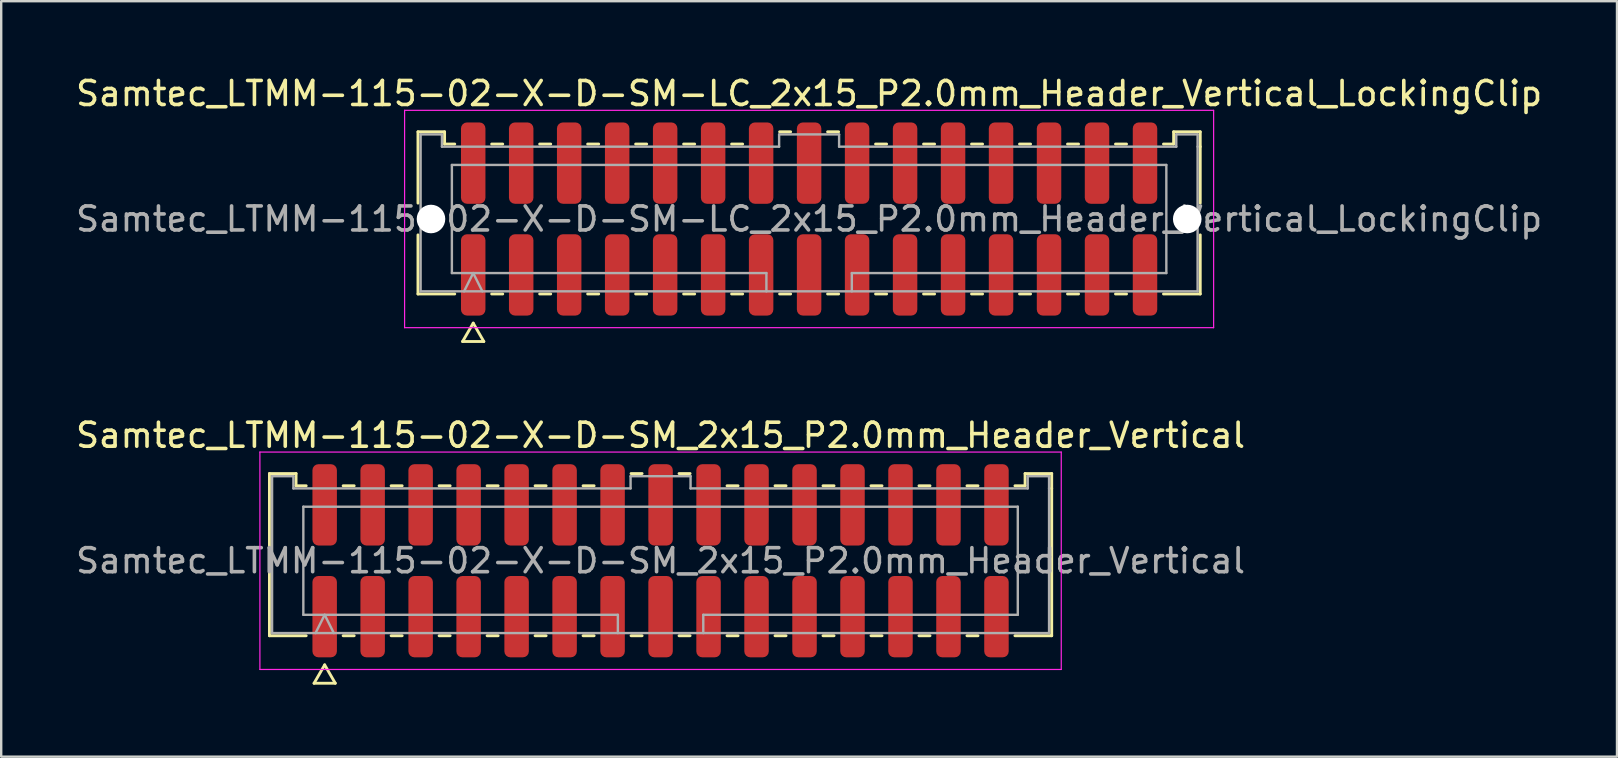
<source format=kicad_pcb>
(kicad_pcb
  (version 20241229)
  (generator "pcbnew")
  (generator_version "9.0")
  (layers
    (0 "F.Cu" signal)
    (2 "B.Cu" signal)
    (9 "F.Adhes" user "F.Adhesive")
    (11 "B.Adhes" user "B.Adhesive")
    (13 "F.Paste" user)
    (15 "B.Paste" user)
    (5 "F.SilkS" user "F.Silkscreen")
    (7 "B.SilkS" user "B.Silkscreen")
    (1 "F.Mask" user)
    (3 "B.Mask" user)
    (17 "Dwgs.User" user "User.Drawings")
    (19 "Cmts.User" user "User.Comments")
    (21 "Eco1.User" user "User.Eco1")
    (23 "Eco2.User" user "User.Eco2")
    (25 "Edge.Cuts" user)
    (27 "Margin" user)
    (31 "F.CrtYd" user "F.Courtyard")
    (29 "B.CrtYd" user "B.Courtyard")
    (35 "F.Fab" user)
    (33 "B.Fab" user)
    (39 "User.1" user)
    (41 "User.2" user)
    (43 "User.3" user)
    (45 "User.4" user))
  (footprint "Samtec_LTMM-115-02-X-D-SM-LC_2x15_P2.0mm_Header_Vertical_LockingClip"
    (layer "F.Cu")
    (at 30.673 6.078)
    (property "Reference" "Samtec_LTMM-115-02-X-D-SM-LC_2x15_P2.0mm_Header_Vertical_LockingClip" (at 0 -5.23 0) (layer "F.SilkS") (effects (font (size 1 1) (thickness 0.15))))
    (attr smd)
    (fp_line (start -16.302 -3.635) (end -15.193 -3.635) (stroke (width 0.12) (type solid)) (layer "F.SilkS"))
    (fp_line (start -16.302 -0.662) (end -16.302 -3.635) (stroke (width 0.12) (type solid)) (layer "F.SilkS"))
    (fp_line (start -16.302 3.125) (end -16.302 0.662) (stroke (width 0.12) (type solid)) (layer "F.SilkS"))
    (fp_line (start -15.193 -3.635) (end -15.193 -3.125) (stroke (width 0.12) (type solid)) (layer "F.SilkS"))
    (fp_line (start -15.193 -3.125) (end -14.77 -3.125) (stroke (width 0.12) (type solid)) (layer "F.SilkS"))
    (fp_line (start -14.77 3.125) (end -16.302 3.125) (stroke (width 0.12) (type solid)) (layer "F.SilkS"))
    (fp_line (start -14.442 5.105) (end -14 4.34) (stroke (width 0.12) (type solid)) (layer "F.SilkS"))
    (fp_line (start -14 4.34) (end -13.558 5.105) (stroke (width 0.12) (type solid)) (layer "F.SilkS"))
    (fp_line (start -13.558 5.105) (end -14.442 5.105) (stroke (width 0.12) (type solid)) (layer "F.SilkS"))
    (fp_line (start -13.23 -3.125) (end -12.77 -3.125) (stroke (width 0.12) (type solid)) (layer "F.SilkS"))
    (fp_line (start -12.77 3.125) (end -13.23 3.125) (stroke (width 0.12) (type solid)) (layer "F.SilkS"))
    (fp_line (start -11.23 -3.125) (end -10.77 -3.125) (stroke (width 0.12) (type solid)) (layer "F.SilkS"))
    (fp_line (start -10.77 3.125) (end -11.23 3.125) (stroke (width 0.12) (type solid)) (layer "F.SilkS"))
    (fp_line (start -9.23 -3.125) (end -8.77 -3.125) (stroke (width 0.12) (type solid)) (layer "F.SilkS"))
    (fp_line (start -8.77 3.125) (end -9.23 3.125) (stroke (width 0.12) (type solid)) (layer "F.SilkS"))
    (fp_line (start -7.23 -3.125) (end -6.77 -3.125) (stroke (width 0.12) (type solid)) (layer "F.SilkS"))
    (fp_line (start -6.77 3.125) (end -7.23 3.125) (stroke (width 0.12) (type solid)) (layer "F.SilkS"))
    (fp_line (start -5.23 -3.125) (end -4.77 -3.125) (stroke (width 0.12) (type solid)) (layer "F.SilkS"))
    (fp_line (start -4.77 3.125) (end -5.23 3.125) (stroke (width 0.12) (type solid)) (layer "F.SilkS"))
    (fp_line (start -3.23 -3.125) (end -2.77 -3.125) (stroke (width 0.12) (type solid)) (layer "F.SilkS"))
    (fp_line (start -2.77 3.125) (end -3.23 3.125) (stroke (width 0.12) (type solid)) (layer "F.SilkS"))
    (fp_line (start -1.23 -3.635) (end -0.77 -3.635) (stroke (width 0.12) (type solid)) (layer "F.SilkS"))
    (fp_line (start -0.77 3.125) (end -1.23 3.125) (stroke (width 0.12) (type solid)) (layer "F.SilkS"))
    (fp_line (start 0.77 -3.635) (end 1.23 -3.635) (stroke (width 0.12) (type solid)) (layer "F.SilkS"))
    (fp_line (start 1.23 3.125) (end 0.77 3.125) (stroke (width 0.12) (type solid)) (layer "F.SilkS"))
    (fp_line (start 2.77 -3.125) (end 3.23 -3.125) (stroke (width 0.12) (type solid)) (layer "F.SilkS"))
    (fp_line (start 3.23 3.125) (end 2.77 3.125) (stroke (width 0.12) (type solid)) (layer "F.SilkS"))
    (fp_line (start 4.77 -3.125) (end 5.23 -3.125) (stroke (width 0.12) (type solid)) (layer "F.SilkS"))
    (fp_line (start 5.23 3.125) (end 4.77 3.125) (stroke (width 0.12) (type solid)) (layer "F.SilkS"))
    (fp_line (start 6.77 -3.125) (end 7.23 -3.125) (stroke (width 0.12) (type solid)) (layer "F.SilkS"))
    (fp_line (start 7.23 3.125) (end 6.77 3.125) (stroke (width 0.12) (type solid)) (layer "F.SilkS"))
    (fp_line (start 8.77 -3.125) (end 9.23 -3.125) (stroke (width 0.12) (type solid)) (layer "F.SilkS"))
    (fp_line (start 9.23 3.125) (end 8.77 3.125) (stroke (width 0.12) (type solid)) (layer "F.SilkS"))
    (fp_line (start 10.77 -3.125) (end 11.23 -3.125) (stroke (width 0.12) (type solid)) (layer "F.SilkS"))
    (fp_line (start 11.23 3.125) (end 10.77 3.125) (stroke (width 0.12) (type solid)) (layer "F.SilkS"))
    (fp_line (start 12.77 -3.125) (end 13.23 -3.125) (stroke (width 0.12) (type solid)) (layer "F.SilkS"))
    (fp_line (start 13.23 3.125) (end 12.77 3.125) (stroke (width 0.12) (type solid)) (layer "F.SilkS"))
    (fp_line (start 14.77 -3.125) (end 15.193 -3.125) (stroke (width 0.12) (type solid)) (layer "F.SilkS"))
    (fp_line (start 15.193 -3.635) (end 16.302 -3.635) (stroke (width 0.12) (type solid)) (layer "F.SilkS"))
    (fp_line (start 15.193 -3.125) (end 15.193 -3.635) (stroke (width 0.12) (type solid)) (layer "F.SilkS"))
    (fp_line (start 16.302 -3.635) (end 16.302 -3.015) (stroke (width 0.12) (type solid)) (layer "F.SilkS"))
    (fp_line (start 16.302 -3.015) (end 16.302 -0.662) (stroke (width 0.12) (type solid)) (layer "F.SilkS"))
    (fp_line (start 16.302 0.662) (end 16.302 3.125) (stroke (width 0.12) (type solid)) (layer "F.SilkS"))
    (fp_line (start 16.302 3.125) (end 14.77 3.125) (stroke (width 0.12) (type solid)) (layer "F.SilkS"))
    (fp_line (start -16.86 -4.53) (end -16.86 4.53) (stroke (width 0.05) (type solid)) (layer "F.CrtYd"))
    (fp_line (start -16.86 4.53) (end 16.86 4.53) (stroke (width 0.05) (type solid)) (layer "F.CrtYd"))
    (fp_line (start 16.86 -4.53) (end -16.86 -4.53) (stroke (width 0.05) (type solid)) (layer "F.CrtYd"))
    (fp_line (start 16.86 4.53) (end 16.86 -4.53) (stroke (width 0.05) (type solid)) (layer "F.CrtYd"))
    (fp_line (start -16.192 -3.525) (end -15.303 -3.525) (stroke (width 0.1) (type solid)) (layer "F.Fab"))
    (fp_line (start -16.192 3.015) (end -16.192 -3.525) (stroke (width 0.1) (type solid)) (layer "F.Fab"))
    (fp_line (start -15.303 -3.525) (end -15.303 -3.015) (stroke (width 0.1) (type solid)) (layer "F.Fab"))
    (fp_line (start -15.303 -3.015) (end -1.25 -3.015) (stroke (width 0.1) (type solid)) (layer "F.Fab"))
    (fp_line (start -14.889 -2.253) (end 14.889 -2.253) (stroke (width 0.1) (type solid)) (layer "F.Fab"))
    (fp_line (start -14.889 2.253) (end -14.889 -2.253) (stroke (width 0.1) (type solid)) (layer "F.Fab"))
    (fp_line (start -14.381 3.015) (end -14 2.253) (stroke (width 0.1) (type solid)) (layer "F.Fab"))
    (fp_line (start -14 2.253) (end -13.619 3.015) (stroke (width 0.1) (type solid)) (layer "F.Fab"))
    (fp_line (start -1.78 2.253) (end -14.889 2.253) (stroke (width 0.1) (type solid)) (layer "F.Fab"))
    (fp_line (start -1.78 3.015) (end -1.78 2.253) (stroke (width 0.1) (type solid)) (layer "F.Fab"))
    (fp_line (start -1.25 -3.525) (end 1.25 -3.525) (stroke (width 0.1) (type solid)) (layer "F.Fab"))
    (fp_line (start -1.25 -3.015) (end -1.25 -3.525) (stroke (width 0.1) (type solid)) (layer "F.Fab"))
    (fp_line (start 1.25 -3.525) (end 1.25 -3.015) (stroke (width 0.1) (type solid)) (layer "F.Fab"))
    (fp_line (start 1.25 -3.015) (end 15.303 -3.015) (stroke (width 0.1) (type solid)) (layer "F.Fab"))
    (fp_line (start 1.78 2.253) (end 1.78 3.015) (stroke (width 0.1) (type solid)) (layer "F.Fab"))
    (fp_line (start 14.889 -2.253) (end 14.889 2.253) (stroke (width 0.1) (type solid)) (layer "F.Fab"))
    (fp_line (start 14.889 2.253) (end 1.78 2.253) (stroke (width 0.1) (type solid)) (layer "F.Fab"))
    (fp_line (start 15.303 -3.525) (end 16.192 -3.525) (stroke (width 0.1) (type solid)) (layer "F.Fab"))
    (fp_line (start 15.303 -3.015) (end 15.303 -3.525) (stroke (width 0.1) (type solid)) (layer "F.Fab"))
    (fp_line (start 16.192 -3.525) (end 16.192 -3.015) (stroke (width 0.1) (type solid)) (layer "F.Fab"))
    (fp_line (start 16.192 -3.015) (end 16.192 3.015) (stroke (width 0.1) (type solid)) (layer "F.Fab"))
    (fp_line (start 16.192 3.015) (end -16.192 3.015) (stroke (width 0.1) (type solid)) (layer "F.Fab"))
    (fp_text user "${REFERENCE}" (at 0 0 0) (layer "F.Fab") (effects (font (size 1 1) (thickness 0.15))))
    (pad "" np_thru_hole circle (at -15.76 0) (size 1.19 1.19) (drill 1.19) (layers "*.Cu" "*.Mask"))
    (pad "" np_thru_hole circle (at 15.76 0) (size 1.19 1.19) (drill 1.19) (layers "*.Cu" "*.Mask"))
    (pad "1" smd roundrect (at -14 2.33) (size 1.02 3.39) (layers "F.Cu" "F.Mask" "F.Paste") (roundrect_rratio 0.245))
    (pad "2" smd roundrect (at -14 -2.33) (size 1.02 3.39) (layers "F.Cu" "F.Mask" "F.Paste") (roundrect_rratio 0.245))
    (pad "3" smd roundrect (at -12 2.33) (size 1.02 3.39) (layers "F.Cu" "F.Mask" "F.Paste") (roundrect_rratio 0.245))
    (pad "4" smd roundrect (at -12 -2.33) (size 1.02 3.39) (layers "F.Cu" "F.Mask" "F.Paste") (roundrect_rratio 0.245))
    (pad "5" smd roundrect (at -10 2.33) (size 1.02 3.39) (layers "F.Cu" "F.Mask" "F.Paste") (roundrect_rratio 0.245))
    (pad "6" smd roundrect (at -10 -2.33) (size 1.02 3.39) (layers "F.Cu" "F.Mask" "F.Paste") (roundrect_rratio 0.245))
    (pad "7" smd roundrect (at -8 2.33) (size 1.02 3.39) (layers "F.Cu" "F.Mask" "F.Paste") (roundrect_rratio 0.245))
    (pad "8" smd roundrect (at -8 -2.33) (size 1.02 3.39) (layers "F.Cu" "F.Mask" "F.Paste") (roundrect_rratio 0.245))
    (pad "9" smd roundrect (at -6 2.33) (size 1.02 3.39) (layers "F.Cu" "F.Mask" "F.Paste") (roundrect_rratio 0.245))
    (pad "10" smd roundrect (at -6 -2.33) (size 1.02 3.39) (layers "F.Cu" "F.Mask" "F.Paste") (roundrect_rratio 0.245))
    (pad "11" smd roundrect (at -4 2.33) (size 1.02 3.39) (layers "F.Cu" "F.Mask" "F.Paste") (roundrect_rratio 0.245))
    (pad "12" smd roundrect (at -4 -2.33) (size 1.02 3.39) (layers "F.Cu" "F.Mask" "F.Paste") (roundrect_rratio 0.245))
    (pad "13" smd roundrect (at -2 2.33) (size 1.02 3.39) (layers "F.Cu" "F.Mask" "F.Paste") (roundrect_rratio 0.245))
    (pad "14" smd roundrect (at -2 -2.33) (size 1.02 3.39) (layers "F.Cu" "F.Mask" "F.Paste") (roundrect_rratio 0.245))
    (pad "15" smd roundrect (at 0 2.33) (size 1.02 3.39) (layers "F.Cu" "F.Mask" "F.Paste") (roundrect_rratio 0.245))
    (pad "16" smd roundrect (at 0 -2.33) (size 1.02 3.39) (layers "F.Cu" "F.Mask" "F.Paste") (roundrect_rratio 0.245))
    (pad "17" smd roundrect (at 2 2.33) (size 1.02 3.39) (layers "F.Cu" "F.Mask" "F.Paste") (roundrect_rratio 0.245))
    (pad "18" smd roundrect (at 2 -2.33) (size 1.02 3.39) (layers "F.Cu" "F.Mask" "F.Paste") (roundrect_rratio 0.245))
    (pad "19" smd roundrect (at 4 2.33) (size 1.02 3.39) (layers "F.Cu" "F.Mask" "F.Paste") (roundrect_rratio 0.245))
    (pad "20" smd roundrect (at 4 -2.33) (size 1.02 3.39) (layers "F.Cu" "F.Mask" "F.Paste") (roundrect_rratio 0.245))
    (pad "21" smd roundrect (at 6 2.33) (size 1.02 3.39) (layers "F.Cu" "F.Mask" "F.Paste") (roundrect_rratio 0.245))
    (pad "22" smd roundrect (at 6 -2.33) (size 1.02 3.39) (layers "F.Cu" "F.Mask" "F.Paste") (roundrect_rratio 0.245))
    (pad "23" smd roundrect (at 8 2.33) (size 1.02 3.39) (layers "F.Cu" "F.Mask" "F.Paste") (roundrect_rratio 0.245))
    (pad "24" smd roundrect (at 8 -2.33) (size 1.02 3.39) (layers "F.Cu" "F.Mask" "F.Paste") (roundrect_rratio 0.245))
    (pad "25" smd roundrect (at 10 2.33) (size 1.02 3.39) (layers "F.Cu" "F.Mask" "F.Paste") (roundrect_rratio 0.245))
    (pad "26" smd roundrect (at 10 -2.33) (size 1.02 3.39) (layers "F.Cu" "F.Mask" "F.Paste") (roundrect_rratio 0.245))
    (pad "27" smd roundrect (at 12 2.33) (size 1.02 3.39) (layers "F.Cu" "F.Mask" "F.Paste") (roundrect_rratio 0.245))
    (pad "28" smd roundrect (at 12 -2.33) (size 1.02 3.39) (layers "F.Cu" "F.Mask" "F.Paste") (roundrect_rratio 0.245))
    (pad "29" smd roundrect (at 14 2.33) (size 1.02 3.39) (layers "F.Cu" "F.Mask" "F.Paste") (roundrect_rratio 0.245))
    (pad "30" smd roundrect (at 14 -2.33) (size 1.02 3.39) (layers "F.Cu" "F.Mask" "F.Paste") (roundrect_rratio 0.245)))
  (footprint "Samtec_LTMM-115-02-X-D-SM_2x15_P2.0mm_Header_Vertical"
    (layer "F.Cu")
    (at 24.482 20.322)
    (property "Reference" "Samtec_LTMM-115-02-X-D-SM_2x15_P2.0mm_Header_Vertical" (at 0 -5.23 0) (layer "F.SilkS") (effects (font (size 1 1) (thickness 0.15))))
    (attr smd)
    (fp_line (start -16.302 -3.635) (end -15.193 -3.635) (stroke (width 0.12) (type solid)) (layer "F.SilkS"))
    (fp_line (start -16.302 3.125) (end -16.302 -3.635) (stroke (width 0.12) (type solid)) (layer "F.SilkS"))
    (fp_line (start -15.193 -3.635) (end -15.193 -3.125) (stroke (width 0.12) (type solid)) (layer "F.SilkS"))
    (fp_line (start -15.193 -3.125) (end -14.77 -3.125) (stroke (width 0.12) (type solid)) (layer "F.SilkS"))
    (fp_line (start -14.77 3.125) (end -16.302 3.125) (stroke (width 0.12) (type solid)) (layer "F.SilkS"))
    (fp_line (start -14.442 5.105) (end -14 4.34) (stroke (width 0.12) (type solid)) (layer "F.SilkS"))
    (fp_line (start -14 4.34) (end -13.558 5.105) (stroke (width 0.12) (type solid)) (layer "F.SilkS"))
    (fp_line (start -13.558 5.105) (end -14.442 5.105) (stroke (width 0.12) (type solid)) (layer "F.SilkS"))
    (fp_line (start -13.23 -3.125) (end -12.77 -3.125) (stroke (width 0.12) (type solid)) (layer "F.SilkS"))
    (fp_line (start -12.77 3.125) (end -13.23 3.125) (stroke (width 0.12) (type solid)) (layer "F.SilkS"))
    (fp_line (start -11.23 -3.125) (end -10.77 -3.125) (stroke (width 0.12) (type solid)) (layer "F.SilkS"))
    (fp_line (start -10.77 3.125) (end -11.23 3.125) (stroke (width 0.12) (type solid)) (layer "F.SilkS"))
    (fp_line (start -9.23 -3.125) (end -8.77 -3.125) (stroke (width 0.12) (type solid)) (layer "F.SilkS"))
    (fp_line (start -8.77 3.125) (end -9.23 3.125) (stroke (width 0.12) (type solid)) (layer "F.SilkS"))
    (fp_line (start -7.23 -3.125) (end -6.77 -3.125) (stroke (width 0.12) (type solid)) (layer "F.SilkS"))
    (fp_line (start -6.77 3.125) (end -7.23 3.125) (stroke (width 0.12) (type solid)) (layer "F.SilkS"))
    (fp_line (start -5.23 -3.125) (end -4.77 -3.125) (stroke (width 0.12) (type solid)) (layer "F.SilkS"))
    (fp_line (start -4.77 3.125) (end -5.23 3.125) (stroke (width 0.12) (type solid)) (layer "F.SilkS"))
    (fp_line (start -3.23 -3.125) (end -2.77 -3.125) (stroke (width 0.12) (type solid)) (layer "F.SilkS"))
    (fp_line (start -2.77 3.125) (end -3.23 3.125) (stroke (width 0.12) (type solid)) (layer "F.SilkS"))
    (fp_line (start -1.23 -3.635) (end -0.77 -3.635) (stroke (width 0.12) (type solid)) (layer "F.SilkS"))
    (fp_line (start -0.77 3.125) (end -1.23 3.125) (stroke (width 0.12) (type solid)) (layer "F.SilkS"))
    (fp_line (start 0.77 -3.635) (end 1.23 -3.635) (stroke (width 0.12) (type solid)) (layer "F.SilkS"))
    (fp_line (start 1.23 3.125) (end 0.77 3.125) (stroke (width 0.12) (type solid)) (layer "F.SilkS"))
    (fp_line (start 2.77 -3.125) (end 3.23 -3.125) (stroke (width 0.12) (type solid)) (layer "F.SilkS"))
    (fp_line (start 3.23 3.125) (end 2.77 3.125) (stroke (width 0.12) (type solid)) (layer "F.SilkS"))
    (fp_line (start 4.77 -3.125) (end 5.23 -3.125) (stroke (width 0.12) (type solid)) (layer "F.SilkS"))
    (fp_line (start 5.23 3.125) (end 4.77 3.125) (stroke (width 0.12) (type solid)) (layer "F.SilkS"))
    (fp_line (start 6.77 -3.125) (end 7.23 -3.125) (stroke (width 0.12) (type solid)) (layer "F.SilkS"))
    (fp_line (start 7.23 3.125) (end 6.77 3.125) (stroke (width 0.12) (type solid)) (layer "F.SilkS"))
    (fp_line (start 8.77 -3.125) (end 9.23 -3.125) (stroke (width 0.12) (type solid)) (layer "F.SilkS"))
    (fp_line (start 9.23 3.125) (end 8.77 3.125) (stroke (width 0.12) (type solid)) (layer "F.SilkS"))
    (fp_line (start 10.77 -3.125) (end 11.23 -3.125) (stroke (width 0.12) (type solid)) (layer "F.SilkS"))
    (fp_line (start 11.23 3.125) (end 10.77 3.125) (stroke (width 0.12) (type solid)) (layer "F.SilkS"))
    (fp_line (start 12.77 -3.125) (end 13.23 -3.125) (stroke (width 0.12) (type solid)) (layer "F.SilkS"))
    (fp_line (start 13.23 3.125) (end 12.77 3.125) (stroke (width 0.12) (type solid)) (layer "F.SilkS"))
    (fp_line (start 14.77 -3.125) (end 15.193 -3.125) (stroke (width 0.12) (type solid)) (layer "F.SilkS"))
    (fp_line (start 15.193 -3.635) (end 16.302 -3.635) (stroke (width 0.12) (type solid)) (layer "F.SilkS"))
    (fp_line (start 15.193 -3.125) (end 15.193 -3.635) (stroke (width 0.12) (type solid)) (layer "F.SilkS"))
    (fp_line (start 16.302 -3.635) (end 16.302 -3.015) (stroke (width 0.12) (type solid)) (layer "F.SilkS"))
    (fp_line (start 16.302 -3.015) (end 16.302 3.125) (stroke (width 0.12) (type solid)) (layer "F.SilkS"))
    (fp_line (start 16.302 3.125) (end 14.77 3.125) (stroke (width 0.12) (type solid)) (layer "F.SilkS"))
    (fp_line (start -16.7 -4.53) (end -16.7 4.53) (stroke (width 0.05) (type solid)) (layer "F.CrtYd"))
    (fp_line (start -16.7 4.53) (end 16.7 4.53) (stroke (width 0.05) (type solid)) (layer "F.CrtYd"))
    (fp_line (start 16.7 -4.53) (end -16.7 -4.53) (stroke (width 0.05) (type solid)) (layer "F.CrtYd"))
    (fp_line (start 16.7 4.53) (end 16.7 -4.53) (stroke (width 0.05) (type solid)) (layer "F.CrtYd"))
    (fp_line (start -16.192 -3.525) (end -15.303 -3.525) (stroke (width 0.1) (type solid)) (layer "F.Fab"))
    (fp_line (start -16.192 3.015) (end -16.192 -3.525) (stroke (width 0.1) (type solid)) (layer "F.Fab"))
    (fp_line (start -15.303 -3.525) (end -15.303 -3.015) (stroke (width 0.1) (type solid)) (layer "F.Fab"))
    (fp_line (start -15.303 -3.015) (end -1.25 -3.015) (stroke (width 0.1) (type solid)) (layer "F.Fab"))
    (fp_line (start -14.889 -2.253) (end 14.889 -2.253) (stroke (width 0.1) (type solid)) (layer "F.Fab"))
    (fp_line (start -14.889 2.253) (end -14.889 -2.253) (stroke (width 0.1) (type solid)) (layer "F.Fab"))
    (fp_line (start -14.381 3.015) (end -14 2.253) (stroke (width 0.1) (type solid)) (layer "F.Fab"))
    (fp_line (start -14 2.253) (end -13.619 3.015) (stroke (width 0.1) (type solid)) (layer "F.Fab"))
    (fp_line (start -1.78 2.253) (end -14.889 2.253) (stroke (width 0.1) (type solid)) (layer "F.Fab"))
    (fp_line (start -1.78 3.015) (end -1.78 2.253) (stroke (width 0.1) (type solid)) (layer "F.Fab"))
    (fp_line (start -1.25 -3.525) (end 1.25 -3.525) (stroke (width 0.1) (type solid)) (layer "F.Fab"))
    (fp_line (start -1.25 -3.015) (end -1.25 -3.525) (stroke (width 0.1) (type solid)) (layer "F.Fab"))
    (fp_line (start 1.25 -3.525) (end 1.25 -3.015) (stroke (width 0.1) (type solid)) (layer "F.Fab"))
    (fp_line (start 1.25 -3.015) (end 15.303 -3.015) (stroke (width 0.1) (type solid)) (layer "F.Fab"))
    (fp_line (start 1.78 2.253) (end 1.78 3.015) (stroke (width 0.1) (type solid)) (layer "F.Fab"))
    (fp_line (start 14.889 -2.253) (end 14.889 2.253) (stroke (width 0.1) (type solid)) (layer "F.Fab"))
    (fp_line (start 14.889 2.253) (end 1.78 2.253) (stroke (width 0.1) (type solid)) (layer "F.Fab"))
    (fp_line (start 15.303 -3.525) (end 16.192 -3.525) (stroke (width 0.1) (type solid)) (layer "F.Fab"))
    (fp_line (start 15.303 -3.015) (end 15.303 -3.525) (stroke (width 0.1) (type solid)) (layer "F.Fab"))
    (fp_line (start 16.192 -3.525) (end 16.192 -3.015) (stroke (width 0.1) (type solid)) (layer "F.Fab"))
    (fp_line (start 16.192 -3.015) (end 16.192 3.015) (stroke (width 0.1) (type solid)) (layer "F.Fab"))
    (fp_line (start 16.192 3.015) (end -16.192 3.015) (stroke (width 0.1) (type solid)) (layer "F.Fab"))
    (fp_text user "${REFERENCE}" (at 0 0 0) (layer "F.Fab") (effects (font (size 1 1) (thickness 0.15))))
    (pad "1" smd roundrect (at -14 2.33) (size 1.02 3.39) (layers "F.Cu" "F.Mask" "F.Paste") (roundrect_rratio 0.245))
    (pad "2" smd roundrect (at -14 -2.33) (size 1.02 3.39) (layers "F.Cu" "F.Mask" "F.Paste") (roundrect_rratio 0.245))
    (pad "3" smd roundrect (at -12 2.33) (size 1.02 3.39) (layers "F.Cu" "F.Mask" "F.Paste") (roundrect_rratio 0.245))
    (pad "4" smd roundrect (at -12 -2.33) (size 1.02 3.39) (layers "F.Cu" "F.Mask" "F.Paste") (roundrect_rratio 0.245))
    (pad "5" smd roundrect (at -10 2.33) (size 1.02 3.39) (layers "F.Cu" "F.Mask" "F.Paste") (roundrect_rratio 0.245))
    (pad "6" smd roundrect (at -10 -2.33) (size 1.02 3.39) (layers "F.Cu" "F.Mask" "F.Paste") (roundrect_rratio 0.245))
    (pad "7" smd roundrect (at -8 2.33) (size 1.02 3.39) (layers "F.Cu" "F.Mask" "F.Paste") (roundrect_rratio 0.245))
    (pad "8" smd roundrect (at -8 -2.33) (size 1.02 3.39) (layers "F.Cu" "F.Mask" "F.Paste") (roundrect_rratio 0.245))
    (pad "9" smd roundrect (at -6 2.33) (size 1.02 3.39) (layers "F.Cu" "F.Mask" "F.Paste") (roundrect_rratio 0.245))
    (pad "10" smd roundrect (at -6 -2.33) (size 1.02 3.39) (layers "F.Cu" "F.Mask" "F.Paste") (roundrect_rratio 0.245))
    (pad "11" smd roundrect (at -4 2.33) (size 1.02 3.39) (layers "F.Cu" "F.Mask" "F.Paste") (roundrect_rratio 0.245))
    (pad "12" smd roundrect (at -4 -2.33) (size 1.02 3.39) (layers "F.Cu" "F.Mask" "F.Paste") (roundrect_rratio 0.245))
    (pad "13" smd roundrect (at -2 2.33) (size 1.02 3.39) (layers "F.Cu" "F.Mask" "F.Paste") (roundrect_rratio 0.245))
    (pad "14" smd roundrect (at -2 -2.33) (size 1.02 3.39) (layers "F.Cu" "F.Mask" "F.Paste") (roundrect_rratio 0.245))
    (pad "15" smd roundrect (at 0 2.33) (size 1.02 3.39) (layers "F.Cu" "F.Mask" "F.Paste") (roundrect_rratio 0.245))
    (pad "16" smd roundrect (at 0 -2.33) (size 1.02 3.39) (layers "F.Cu" "F.Mask" "F.Paste") (roundrect_rratio 0.245))
    (pad "17" smd roundrect (at 2 2.33) (size 1.02 3.39) (layers "F.Cu" "F.Mask" "F.Paste") (roundrect_rratio 0.245))
    (pad "18" smd roundrect (at 2 -2.33) (size 1.02 3.39) (layers "F.Cu" "F.Mask" "F.Paste") (roundrect_rratio 0.245))
    (pad "19" smd roundrect (at 4 2.33) (size 1.02 3.39) (layers "F.Cu" "F.Mask" "F.Paste") (roundrect_rratio 0.245))
    (pad "20" smd roundrect (at 4 -2.33) (size 1.02 3.39) (layers "F.Cu" "F.Mask" "F.Paste") (roundrect_rratio 0.245))
    (pad "21" smd roundrect (at 6 2.33) (size 1.02 3.39) (layers "F.Cu" "F.Mask" "F.Paste") (roundrect_rratio 0.245))
    (pad "22" smd roundrect (at 6 -2.33) (size 1.02 3.39) (layers "F.Cu" "F.Mask" "F.Paste") (roundrect_rratio 0.245))
    (pad "23" smd roundrect (at 8 2.33) (size 1.02 3.39) (layers "F.Cu" "F.Mask" "F.Paste") (roundrect_rratio 0.245))
    (pad "24" smd roundrect (at 8 -2.33) (size 1.02 3.39) (layers "F.Cu" "F.Mask" "F.Paste") (roundrect_rratio 0.245))
    (pad "25" smd roundrect (at 10 2.33) (size 1.02 3.39) (layers "F.Cu" "F.Mask" "F.Paste") (roundrect_rratio 0.245))
    (pad "26" smd roundrect (at 10 -2.33) (size 1.02 3.39) (layers "F.Cu" "F.Mask" "F.Paste") (roundrect_rratio 0.245))
    (pad "27" smd roundrect (at 12 2.33) (size 1.02 3.39) (layers "F.Cu" "F.Mask" "F.Paste") (roundrect_rratio 0.245))
    (pad "28" smd roundrect (at 12 -2.33) (size 1.02 3.39) (layers "F.Cu" "F.Mask" "F.Paste") (roundrect_rratio 0.245))
    (pad "29" smd roundrect (at 14 2.33) (size 1.02 3.39) (layers "F.Cu" "F.Mask" "F.Paste") (roundrect_rratio 0.245))
    (pad "30" smd roundrect (at 14 -2.33) (size 1.02 3.39) (layers "F.Cu" "F.Mask" "F.Paste") (roundrect_rratio 0.245)))
  (gr_rect
    (start -3 -3)
    (end 64.345 28.486)
    (stroke (width 0.1) (type default))
    (fill no)
    (layer "Edge.Cuts")))
</source>
